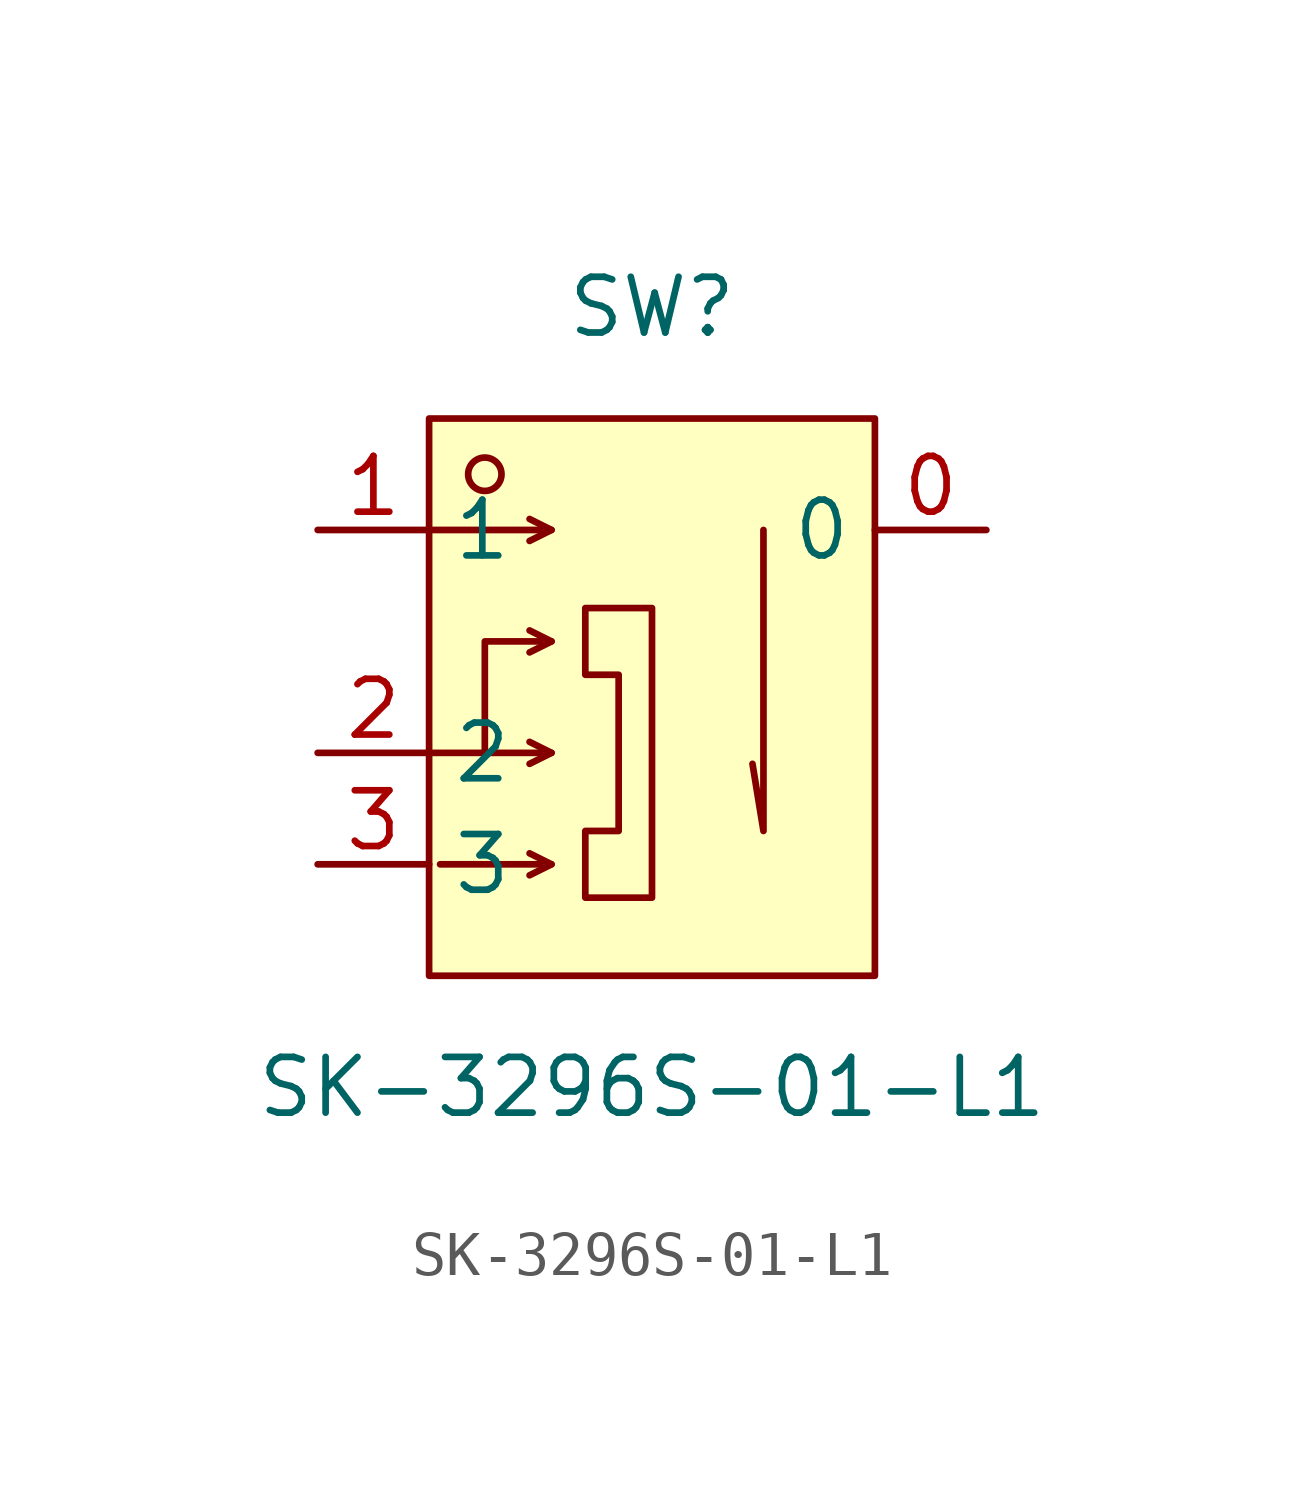
<source format=kicad_sym>
(kicad_symbol_lib
  (version 20211014)
  (generator https://github.com/uPesy/easyeda2kicad.py)
  (symbol "SK-3296S-01-L1"
    (property "Reference" "SW"
      (at 0 7.62 0)
      (effects (font (size 1.27 1.27))))
    (property "Value" "SK-3296S-01-L1"
      (at 0 -10.16 0)
      (effects (font (size 1.27 1.27))))
    (symbol "SK-3296S-01-L1_0_1"
      (rectangle (start -5.08 5.08) (end 5.08 -7.62) (stroke (width 0) (type default) (color 0 0 0 0)) (fill (type background)))
      (circle (center -3.81 3.81) (radius 0.38) (stroke (width 0) (type default) (color 0 0 0 0)) (fill (type none)))
      (polyline (pts (xy 2.54 2.54) (xy 2.54 -4.32) (xy 2.29 -2.79)) (stroke (width 0) (type default) (color 0 0 0 0)) (fill (type none)))
      (polyline (pts (xy -5.08 2.54) (xy -2.54 2.54)) (stroke (width 0) (type default) (color 0 0 0 0)) (fill (type none)))
      (polyline (pts (xy -5.08 -2.54) (xy -2.54 -2.54)) (stroke (width 0) (type default) (color 0 0 0 0)) (fill (type none)))
      (polyline (pts (xy -3.81 -2.54) (xy -3.81 -0.00) (xy -2.54 -0.00)) (stroke (width 0) (type default) (color 0 0 0 0)) (fill (type none)))
      (polyline (pts (xy -4.83 -5.08) (xy -2.54 -5.08)) (stroke (width 0) (type default) (color 0 0 0 0)) (fill (type none)))
      (polyline (pts (xy -2.29 -2.54) (xy -2.79 -2.79)) (stroke (width 0) (type default) (color 0 0 0 0)) (fill (type none)))
      (polyline (pts (xy -2.29 -2.54) (xy -2.79 -2.29)) (stroke (width 0) (type default) (color 0 0 0 0)) (fill (type none)))
      (polyline (pts (xy -2.29 -0.00) (xy -2.79 -0.25)) (stroke (width 0) (type default) (color 0 0 0 0)) (fill (type none)))
      (polyline (pts (xy -2.29 -0.00) (xy -2.79 0.25)) (stroke (width 0) (type default) (color 0 0 0 0)) (fill (type none)))
      (polyline (pts (xy -2.29 -5.08) (xy -2.79 -5.33)) (stroke (width 0) (type default) (color 0 0 0 0)) (fill (type none)))
      (polyline (pts (xy -2.29 -5.08) (xy -2.79 -4.83)) (stroke (width 0) (type default) (color 0 0 0 0)) (fill (type none)))
      (polyline (pts (xy -2.29 2.54) (xy -2.79 2.29)) (stroke (width 0) (type default) (color 0 0 0 0)) (fill (type none)))
      (polyline (pts (xy -2.29 2.54) (xy -2.79 2.79)) (stroke (width 0) (type default) (color 0 0 0 0)) (fill (type none)))
      (polyline (pts (xy -1.52 0.76) (xy 0.00 0.76) (xy 0.00 -5.84) (xy -1.52 -5.84) (xy -1.52 -4.32) (xy -0.76 -4.32) (xy -0.76 -0.76) (xy -1.52 -0.76) (xy -1.52 0.76)) (stroke (width 0) (type default) (color 0 0 0 0)) (fill (type background)))
      (pin unspecified line (at -7.62 2.54 0) (length 2.54) (name "1" (effects (font (size 1.27 1.27)))) (number "1" (effects (font (size 1.27 1.27)))))
      (pin unspecified line (at -7.62 -2.54 0) (length 2.54) (name "2" (effects (font (size 1.27 1.27)))) (number "2" (effects (font (size 1.27 1.27)))))
      (pin unspecified line (at -7.62 -5.08 0) (length 2.54) (name "3" (effects (font (size 1.27 1.27)))) (number "3" (effects (font (size 1.27 1.27)))))
      (pin unspecified line (at 7.62 2.54 180) (length 2.54) (name "0" (effects (font (size 1.27 1.27)))) (number "0" (effects (font (size 1.27 1.27))))))))
</source>
